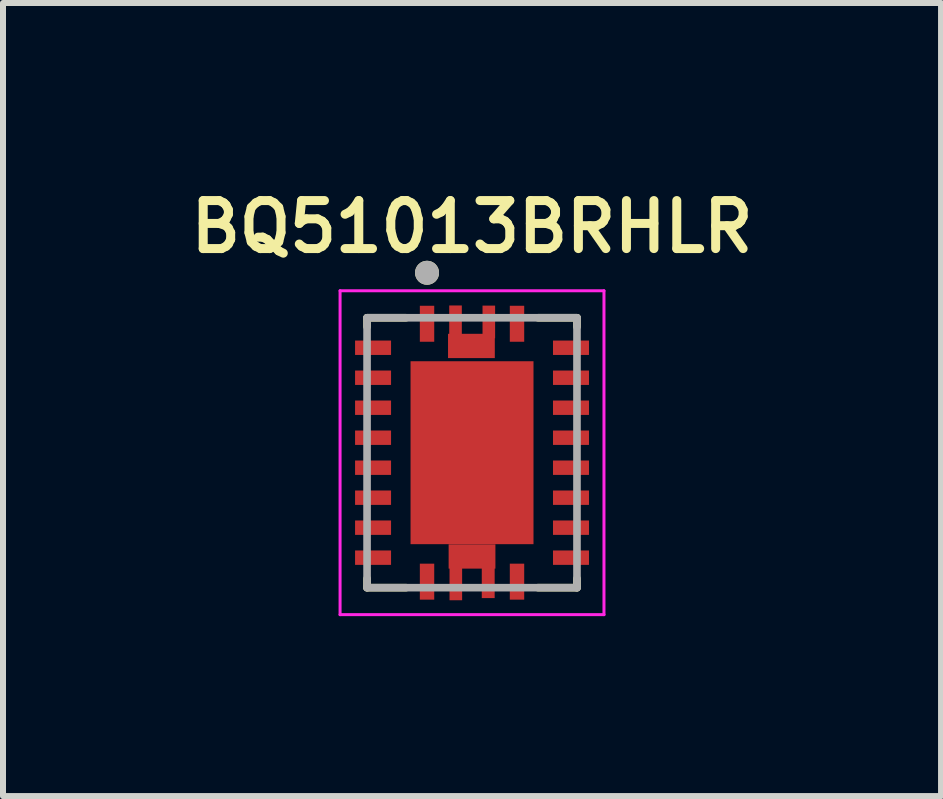
<source format=kicad_pcb>
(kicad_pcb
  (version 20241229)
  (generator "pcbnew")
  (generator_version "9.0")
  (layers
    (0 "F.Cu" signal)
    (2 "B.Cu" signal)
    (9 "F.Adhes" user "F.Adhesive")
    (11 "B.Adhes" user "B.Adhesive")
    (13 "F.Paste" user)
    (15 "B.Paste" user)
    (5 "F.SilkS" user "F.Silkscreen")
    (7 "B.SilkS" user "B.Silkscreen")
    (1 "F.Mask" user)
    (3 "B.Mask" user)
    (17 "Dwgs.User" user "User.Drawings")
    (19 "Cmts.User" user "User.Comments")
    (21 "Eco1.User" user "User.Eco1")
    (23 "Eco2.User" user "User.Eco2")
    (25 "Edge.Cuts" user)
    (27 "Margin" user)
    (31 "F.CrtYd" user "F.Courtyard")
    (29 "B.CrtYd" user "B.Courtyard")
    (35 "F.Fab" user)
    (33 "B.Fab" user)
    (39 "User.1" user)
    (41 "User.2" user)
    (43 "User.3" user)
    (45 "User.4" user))
  (footprint "BQ51013BRHLR"
    (layer "F.Cu")
    (at 4.82 4.498)
    (property "Reference" "BQ51013BRHLR" (at 0 -3.766 0) (layer "F.SilkS") (effects (font (size 0.801 0.801) (thickness 0.15))))
    (attr through_hole)
    (fp_poly (pts (xy -0.477 -1.627) (xy -0.477 -2.4) (xy -0.477 -2.408) (xy -0.476 -2.416) (xy -0.475 -2.424) (xy -0.474 -2.432) (xy -0.472 -2.439) (xy -0.47 -2.447) (xy -0.467 -2.454) (xy -0.464 -2.462) (xy -0.46 -2.469) (xy -0.457 -2.476) (xy -0.452 -2.483) (xy -0.448 -2.489) (xy -0.443 -2.496) (xy -0.438 -2.502) (xy -0.432 -2.507) (xy -0.427 -2.513) (xy -0.421 -2.518) (xy -0.414 -2.523) (xy -0.408 -2.527) (xy -0.401 -2.532) (xy -0.394 -2.535) (xy -0.387 -2.539) (xy -0.379 -2.542) (xy -0.372 -2.545) (xy -0.364 -2.547) (xy -0.357 -2.549) (xy -0.349 -2.55) (xy -0.341 -2.551) (xy -0.333 -2.552) (xy -0.325 -2.552) (xy -0.225 -2.552) (xy -0.217 -2.552) (xy -0.209 -2.551) (xy -0.201 -2.55) (xy -0.193 -2.549) (xy -0.186 -2.547) (xy -0.178 -2.545) (xy -0.171 -2.542) (xy -0.163 -2.539) (xy -0.156 -2.535) (xy -0.149 -2.532) (xy -0.142 -2.527) (xy -0.136 -2.523) (xy -0.129 -2.518) (xy -0.123 -2.513) (xy -0.118 -2.507) (xy -0.112 -2.502) (xy -0.107 -2.496) (xy -0.102 -2.489) (xy -0.098 -2.483) (xy -0.093 -2.476) (xy -0.09 -2.469) (xy -0.086 -2.462) (xy -0.083 -2.454) (xy -0.08 -2.447) (xy -0.078 -2.439) (xy -0.076 -2.432) (xy -0.075 -2.424) (xy -0.074 -2.416) (xy -0.073 -2.408) (xy -0.073 -2.4) (xy -0.073 -2.027) (xy 0.072 -2.027) (xy 0.073 -2.027) (xy 0.073 -2.402) (xy 0.073 -2.41) (xy 0.074 -2.418) (xy 0.075 -2.425) (xy 0.076 -2.433) (xy 0.078 -2.441) (xy 0.08 -2.448) (xy 0.083 -2.456) (xy 0.086 -2.463) (xy 0.089 -2.47) (xy 0.093 -2.477) (xy 0.097 -2.484) (xy 0.102 -2.49) (xy 0.106 -2.496) (xy 0.112 -2.502) (xy 0.117 -2.508) (xy 0.123 -2.513) (xy 0.129 -2.519) (xy 0.135 -2.523) (xy 0.141 -2.528) (xy 0.148 -2.532) (xy 0.155 -2.536) (xy 0.162 -2.539) (xy 0.169 -2.542) (xy 0.177 -2.545) (xy 0.184 -2.547) (xy 0.192 -2.549) (xy 0.2 -2.55) (xy 0.207 -2.551) (xy 0.215 -2.552) (xy 0.223 -2.552) (xy 0.326 -2.552) (xy 0.334 -2.552) (xy 0.342 -2.551) (xy 0.35 -2.55) (xy 0.357 -2.549) (xy 0.365 -2.547) (xy 0.373 -2.545) (xy 0.38 -2.542) (xy 0.387 -2.539) (xy 0.395 -2.536) (xy 0.402 -2.532) (xy 0.408 -2.528) (xy 0.415 -2.523) (xy 0.421 -2.518) (xy 0.427 -2.513) (xy 0.433 -2.508) (xy 0.438 -2.502) (xy 0.443 -2.496) (xy 0.448 -2.49) (xy 0.453 -2.483) (xy 0.457 -2.477) (xy 0.461 -2.47) (xy 0.464 -2.462) (xy 0.467 -2.455) (xy 0.47 -2.448) (xy 0.472 -2.44) (xy 0.474 -2.432) (xy 0.475 -2.425) (xy 0.476 -2.417) (xy 0.477 -2.409) (xy 0.477 -2.401) (xy 0.477 -1.627) (xy 0.975 -1.627) (xy 0.983 -1.627) (xy 0.991 -1.626) (xy 0.999 -1.625) (xy 1.007 -1.624) (xy 1.014 -1.622) (xy 1.022 -1.62) (xy 1.029 -1.617) (xy 1.037 -1.614) (xy 1.044 -1.61) (xy 1.051 -1.607) (xy 1.058 -1.602) (xy 1.064 -1.598) (xy 1.071 -1.593) (xy 1.077 -1.588) (xy 1.082 -1.582) (xy 1.088 -1.577) (xy 1.093 -1.571) (xy 1.098 -1.564) (xy 1.102 -1.558) (xy 1.107 -1.551) (xy 1.11 -1.544) (xy 1.114 -1.537) (xy 1.117 -1.529) (xy 1.12 -1.522) (xy 1.122 -1.514) (xy 1.124 -1.507) (xy 1.125 -1.499) (xy 1.126 -1.491) (xy 1.127 -1.483) (xy 1.127 -1.475) (xy 1.127 1.476) (xy 1.127 1.484) (xy 1.126 1.492) (xy 1.125 1.499) (xy 1.124 1.507) (xy 1.122 1.515) (xy 1.12 1.522) (xy 1.117 1.53) (xy 1.114 1.537) (xy 1.111 1.544) (xy 1.107 1.551) (xy 1.103 1.558) (xy 1.098 1.564) (xy 1.094 1.57) (xy 1.088 1.576) (xy 1.083 1.582) (xy 1.077 1.587) (xy 1.071 1.593) (xy 1.065 1.597) (xy 1.059 1.602) (xy 1.052 1.606) (xy 1.045 1.61) (xy 1.038 1.613) (xy 1.031 1.616) (xy 1.023 1.619) (xy 1.016 1.621) (xy 1.008 1.623) (xy 1 1.624) (xy 0.993 1.625) (xy 0.985 1.626) (xy 0.977 1.626) (xy 0.478 1.626) (xy 0.478 1.626) (xy 0.478 1.626) (xy 0.478 1.626) (xy 0.478 1.626) (xy 0.478 1.626) (xy 0.478 1.626) (xy 0.478 1.626) (xy 0.478 1.626) (xy 0.478 1.626) (xy 0.477 1.626) (xy 0.477 1.626) (xy 0.477 1.626) (xy 0.477 1.626) (xy 0.477 1.626) (xy 0.477 1.626) (xy 0.477 1.626) (xy 0.477 1.626) (xy 0.477 1.626) (xy 0.477 1.626) (xy 0.477 1.627) (xy 0.477 1.627) (xy 0.477 1.627) (xy 0.477 1.627) (xy 0.477 1.627) (xy 0.477 1.627) (xy 0.477 1.627) (xy 0.477 1.627) (xy 0.477 1.627) (xy 0.477 1.627) (xy 0.477 1.627) (xy 0.477 2.401) (xy 0.477 2.409) (xy 0.476 2.417) (xy 0.475 2.424) (xy 0.474 2.432) (xy 0.472 2.44) (xy 0.47 2.447) (xy 0.467 2.455) (xy 0.464 2.462) (xy 0.461 2.469) (xy 0.457 2.476) (xy 0.453 2.483) (xy 0.448 2.489) (xy 0.444 2.495) (xy 0.438 2.501) (xy 0.433 2.507) (xy 0.427 2.512) (xy 0.421 2.518) (xy 0.415 2.522) (xy 0.409 2.527) (xy 0.402 2.531) (xy 0.395 2.535) (xy 0.388 2.538) (xy 0.381 2.541) (xy 0.373 2.544) (xy 0.366 2.546) (xy 0.358 2.548) (xy 0.35 2.549) (xy 0.343 2.55) (xy 0.335 2.551) (xy 0.327 2.551) (xy 0.222 2.551) (xy 0.214 2.551) (xy 0.206 2.55) (xy 0.199 2.549) (xy 0.191 2.548) (xy 0.183 2.546) (xy 0.176 2.544) (xy 0.169 2.541) (xy 0.161 2.538) (xy 0.154 2.535) (xy 0.147 2.531) (xy 0.141 2.527) (xy 0.134 2.523) (xy 0.128 2.518) (xy 0.122 2.513) (xy 0.117 2.507) (xy 0.111 2.502) (xy 0.106 2.496) (xy 0.101 2.49) (xy 0.097 2.483) (xy 0.093 2.477) (xy 0.089 2.47) (xy 0.086 2.463) (xy 0.083 2.455) (xy 0.08 2.448) (xy 0.078 2.441) (xy 0.076 2.433) (xy 0.075 2.425) (xy 0.074 2.418) (xy 0.073 2.41) (xy 0.073 2.402) (xy 0.073 2.027) (xy -0.072 2.027) (xy -0.072 2.027) (xy -0.072 2.027) (xy -0.072 2.027) (xy -0.072 2.027) (xy -0.072 2.027) (xy -0.072 2.027) (xy -0.072 2.027) (xy -0.072 2.027) (xy -0.072 2.027) (xy -0.072 2.027) (xy -0.073 2.027) (xy -0.073 2.027) (xy -0.073 2.027) (xy -0.073 2.027) (xy -0.073 2.027) (xy -0.073 2.027) (xy -0.073 2.027) (xy -0.073 2.027) (xy -0.073 2.027) (xy -0.073 2.027) (xy -0.073 2.028) (xy -0.073 2.028) (xy -0.073 2.028) (xy -0.073 2.028) (xy -0.073 2.028) (xy -0.073 2.028) (xy -0.073 2.028) (xy -0.073 2.028) (xy -0.073 2.028) (xy -0.073 2.028) (xy -0.073 2.401) (xy -0.073 2.409) (xy -0.074 2.417) (xy -0.075 2.424) (xy -0.076 2.432) (xy -0.078 2.44) (xy -0.08 2.447) (xy -0.083 2.455) (xy -0.086 2.462) (xy -0.089 2.469) (xy -0.093 2.476) (xy -0.097 2.483) (xy -0.102 2.489) (xy -0.106 2.495) (xy -0.112 2.501) (xy -0.117 2.507) (xy -0.123 2.512) (xy -0.129 2.518) (xy -0.135 2.522) (xy -0.141 2.527) (xy -0.148 2.531) (xy -0.155 2.535) (xy -0.162 2.538) (xy -0.169 2.541) (xy -0.177 2.544) (xy -0.184 2.546) (xy -0.192 2.548) (xy -0.2 2.549) (xy -0.207 2.55) (xy -0.215 2.551) (xy -0.223 2.551) (xy -0.329 2.551) (xy -0.337 2.551) (xy -0.344 2.55) (xy -0.352 2.549) (xy -0.36 2.548) (xy -0.367 2.546) (xy -0.375 2.544) (xy -0.382 2.541) (xy -0.389 2.538) (xy -0.396 2.535) (xy -0.403 2.531) (xy -0.41 2.527) (xy -0.416 2.523) (xy -0.422 2.518) (xy -0.428 2.513) (xy -0.434 2.508) (xy -0.439 2.502) (xy -0.444 2.496) (xy -0.449 2.49) (xy -0.453 2.484) (xy -0.457 2.477) (xy -0.461 2.47) (xy -0.464 2.463) (xy -0.467 2.456) (xy -0.47 2.449) (xy -0.472 2.441) (xy -0.474 2.434) (xy -0.475 2.426) (xy -0.476 2.418) (xy -0.477 2.411) (xy -0.477 2.403) (xy -0.477 1.627) (xy -0.975 1.627) (xy -0.983 1.627) (xy -0.991 1.626) (xy -0.999 1.625) (xy -1.007 1.624) (xy -1.014 1.622) (xy -1.022 1.62) (xy -1.029 1.617) (xy -1.037 1.614) (xy -1.044 1.61) (xy -1.051 1.607) (xy -1.058 1.602) (xy -1.064 1.598) (xy -1.071 1.593) (xy -1.077 1.588) (xy -1.082 1.582) (xy -1.088 1.577) (xy -1.093 1.571) (xy -1.098 1.564) (xy -1.102 1.558) (xy -1.107 1.551) (xy -1.11 1.544) (xy -1.114 1.537) (xy -1.117 1.529) (xy -1.12 1.522) (xy -1.122 1.514) (xy -1.124 1.507) (xy -1.125 1.499) (xy -1.126 1.491) (xy -1.127 1.483) (xy -1.127 1.475) (xy -1.127 -1.474) (xy -1.127 -1.482) (xy -1.126 -1.49) (xy -1.125 -1.498) (xy -1.124 -1.506) (xy -1.122 -1.513) (xy -1.12 -1.521) (xy -1.117 -1.528) (xy -1.114 -1.536) (xy -1.11 -1.543) (xy -1.107 -1.55) (xy -1.102 -1.557) (xy -1.098 -1.563) (xy -1.093 -1.57) (xy -1.088 -1.576) (xy -1.082 -1.581) (xy -1.077 -1.587) (xy -1.071 -1.592) (xy -1.064 -1.597) (xy -1.058 -1.601) (xy -1.051 -1.606) (xy -1.044 -1.609) (xy -1.037 -1.613) (xy -1.029 -1.616) (xy -1.022 -1.619) (xy -1.014 -1.621) (xy -1.007 -1.623) (xy -0.999 -1.624) (xy -0.991 -1.625) (xy -0.983 -1.626) (xy -0.975 -1.626) (xy -0.478 -1.626) (xy -0.478 -1.626) (xy -0.478 -1.626) (xy -0.478 -1.626) (xy -0.478 -1.626) (xy -0.478 -1.626) (xy -0.478 -1.626) (xy -0.478 -1.626) (xy -0.478 -1.626) (xy -0.478 -1.626) (xy -0.477 -1.626) (xy -0.477 -1.626) (xy -0.477 -1.626) (xy -0.477 -1.626) (xy -0.477 -1.626) (xy -0.477 -1.626) (xy -0.477 -1.626) (xy -0.477 -1.626) (xy -0.477 -1.626) (xy -0.477 -1.626) (xy -0.477 -1.627) (xy -0.477 -1.627) (xy -0.477 -1.627) (xy -0.477 -1.627) (xy -0.477 -1.627) (xy -0.477 -1.627) (xy -0.477 -1.627) (xy -0.477 -1.627) (xy -0.477 -1.627) (xy -0.477 -1.627) (xy -0.477 -1.627)) (stroke (width 0.01) (type solid)) (fill yes) (layer "F.Mask"))
    (fp_line (start -1.75 -2.25) (end -1.1 -2.25) (stroke (width 0.127) (type solid)) (layer "F.SilkS"))
    (fp_line (start -1.75 -2.1) (end -1.75 -2.25) (stroke (width 0.127) (type solid)) (layer "F.SilkS"))
    (fp_line (start -1.75 2.1) (end -1.75 2.25) (stroke (width 0.127) (type solid)) (layer "F.SilkS"))
    (fp_line (start -1.75 2.25) (end -1.1 2.25) (stroke (width 0.127) (type solid)) (layer "F.SilkS"))
    (fp_line (start 1.1 -2.25) (end 1.75 -2.25) (stroke (width 0.127) (type solid)) (layer "F.SilkS"))
    (fp_line (start 1.1 2.25) (end 1.75 2.25) (stroke (width 0.127) (type solid)) (layer "F.SilkS"))
    (fp_line (start 1.75 -2.25) (end 1.75 -2.1) (stroke (width 0.127) (type solid)) (layer "F.SilkS"))
    (fp_line (start 1.75 2.25) (end 1.75 2.1) (stroke (width 0.127) (type solid)) (layer "F.SilkS"))
    (fp_circle (center -0.75 -3) (end -0.65 -3) (stroke (width 0.2) (type solid)) (fill no) (layer "F.SilkS"))
    (fp_poly (pts (xy -1.02 -0.625) (xy -0.1 -0.625) (xy -0.1 -1.475) (xy -1.02 -1.475)) (stroke (width 0.01) (type solid)) (fill yes) (layer "F.Paste"))
    (fp_poly (pts (xy -1.02 0.425) (xy -0.1 0.425) (xy -0.1 -0.425) (xy -1.02 -0.425)) (stroke (width 0.01) (type solid)) (fill yes) (layer "F.Paste"))
    (fp_poly (pts (xy -1.02 1.475) (xy -0.1 1.475) (xy -0.1 0.625) (xy -1.02 0.625)) (stroke (width 0.01) (type solid)) (fill yes) (layer "F.Paste"))
    (fp_poly (pts (xy 0.1 -0.625) (xy 1.02 -0.625) (xy 1.02 -1.475) (xy 0.1 -1.475)) (stroke (width 0.01) (type solid)) (fill yes) (layer "F.Paste"))
    (fp_poly (pts (xy 0.1 0.425) (xy 1.02 0.425) (xy 1.02 -0.425) (xy 0.1 -0.425)) (stroke (width 0.01) (type solid)) (fill yes) (layer "F.Paste"))
    (fp_poly (pts (xy 0.1 1.475) (xy 1.02 1.475) (xy 1.02 0.625) (xy 0.1 0.625)) (stroke (width 0.01) (type solid)) (fill yes) (layer "F.Paste"))
    (fp_poly (pts (xy -0.375 -1.675) (xy -0.375 -2.4) (xy -0.375 -2.403) (xy -0.375 -2.405) (xy -0.374 -2.408) (xy -0.374 -2.41) (xy -0.373 -2.413) (xy -0.373 -2.415) (xy -0.372 -2.418) (xy -0.371 -2.42) (xy -0.37 -2.423) (xy -0.368 -2.425) (xy -0.367 -2.427) (xy -0.365 -2.429) (xy -0.364 -2.431) (xy -0.362 -2.433) (xy -0.36 -2.435) (xy -0.358 -2.437) (xy -0.356 -2.439) (xy -0.354 -2.44) (xy -0.352 -2.442) (xy -0.35 -2.443) (xy -0.348 -2.445) (xy -0.345 -2.446) (xy -0.343 -2.447) (xy -0.34 -2.448) (xy -0.338 -2.448) (xy -0.335 -2.449) (xy -0.333 -2.449) (xy -0.33 -2.45) (xy -0.328 -2.45) (xy -0.325 -2.45) (xy -0.225 -2.45) (xy -0.222 -2.45) (xy -0.22 -2.45) (xy -0.217 -2.449) (xy -0.215 -2.449) (xy -0.212 -2.448) (xy -0.21 -2.448) (xy -0.207 -2.447) (xy -0.205 -2.446) (xy -0.202 -2.445) (xy -0.2 -2.443) (xy -0.198 -2.442) (xy -0.196 -2.44) (xy -0.194 -2.439) (xy -0.192 -2.437) (xy -0.19 -2.435) (xy -0.188 -2.433) (xy -0.186 -2.431) (xy -0.185 -2.429) (xy -0.183 -2.427) (xy -0.182 -2.425) (xy -0.18 -2.423) (xy -0.179 -2.42) (xy -0.178 -2.418) (xy -0.177 -2.415) (xy -0.177 -2.413) (xy -0.176 -2.41) (xy -0.176 -2.408) (xy -0.175 -2.405) (xy -0.175 -2.403) (xy -0.175 -2.4) (xy -0.175 -1.925) (xy 0.175 -1.925) (xy 0.175 -2.4) (xy 0.175 -2.403) (xy 0.175 -2.405) (xy 0.176 -2.408) (xy 0.176 -2.41) (xy 0.177 -2.413) (xy 0.177 -2.415) (xy 0.178 -2.418) (xy 0.179 -2.42) (xy 0.18 -2.423) (xy 0.182 -2.425) (xy 0.183 -2.427) (xy 0.185 -2.429) (xy 0.186 -2.431) (xy 0.188 -2.433) (xy 0.19 -2.435) (xy 0.192 -2.437) (xy 0.194 -2.439) (xy 0.196 -2.44) (xy 0.198 -2.442) (xy 0.2 -2.443) (xy 0.202 -2.445) (xy 0.205 -2.446) (xy 0.207 -2.447) (xy 0.21 -2.448) (xy 0.212 -2.448) (xy 0.215 -2.449) (xy 0.217 -2.449) (xy 0.22 -2.45) (xy 0.222 -2.45) (xy 0.225 -2.45) (xy 0.325 -2.45) (xy 0.328 -2.45) (xy 0.33 -2.45) (xy 0.333 -2.449) (xy 0.335 -2.449) (xy 0.338 -2.448) (xy 0.34 -2.448) (xy 0.343 -2.447) (xy 0.345 -2.446) (xy 0.348 -2.445) (xy 0.35 -2.443) (xy 0.352 -2.442) (xy 0.354 -2.44) (xy 0.356 -2.439) (xy 0.358 -2.437) (xy 0.36 -2.435) (xy 0.362 -2.433) (xy 0.364 -2.431) (xy 0.365 -2.429) (xy 0.367 -2.427) (xy 0.368 -2.425) (xy 0.37 -2.423) (xy 0.371 -2.42) (xy 0.372 -2.418) (xy 0.373 -2.415) (xy 0.373 -2.413) (xy 0.374 -2.41) (xy 0.374 -2.408) (xy 0.375 -2.405) (xy 0.375 -2.403) (xy 0.375 -2.4) (xy 0.375 -1.675) (xy -0.375 -1.675)) (stroke (width 0.01) (type solid)) (fill yes) (layer "F.Paste"))
    (fp_poly (pts (xy 0.375 1.675) (xy 0.375 2.4) (xy 0.375 2.403) (xy 0.375 2.405) (xy 0.374 2.408) (xy 0.374 2.41) (xy 0.373 2.413) (xy 0.373 2.415) (xy 0.372 2.418) (xy 0.371 2.42) (xy 0.37 2.423) (xy 0.368 2.425) (xy 0.367 2.427) (xy 0.365 2.429) (xy 0.364 2.431) (xy 0.362 2.433) (xy 0.36 2.435) (xy 0.358 2.437) (xy 0.356 2.439) (xy 0.354 2.44) (xy 0.352 2.442) (xy 0.35 2.443) (xy 0.348 2.445) (xy 0.345 2.446) (xy 0.343 2.447) (xy 0.34 2.448) (xy 0.338 2.448) (xy 0.335 2.449) (xy 0.333 2.449) (xy 0.33 2.45) (xy 0.328 2.45) (xy 0.325 2.45) (xy 0.225 2.45) (xy 0.222 2.45) (xy 0.22 2.45) (xy 0.217 2.449) (xy 0.215 2.449) (xy 0.212 2.448) (xy 0.21 2.448) (xy 0.207 2.447) (xy 0.205 2.446) (xy 0.202 2.445) (xy 0.2 2.443) (xy 0.198 2.442) (xy 0.196 2.44) (xy 0.194 2.439) (xy 0.192 2.437) (xy 0.19 2.435) (xy 0.188 2.433) (xy 0.186 2.431) (xy 0.185 2.429) (xy 0.183 2.427) (xy 0.182 2.425) (xy 0.18 2.423) (xy 0.179 2.42) (xy 0.178 2.418) (xy 0.177 2.415) (xy 0.177 2.413) (xy 0.176 2.41) (xy 0.176 2.408) (xy 0.175 2.405) (xy 0.175 2.403) (xy 0.175 2.4) (xy 0.175 1.925) (xy -0.175 1.925) (xy -0.175 2.4) (xy -0.175 2.403) (xy -0.175 2.405) (xy -0.176 2.408) (xy -0.176 2.41) (xy -0.177 2.413) (xy -0.177 2.415) (xy -0.178 2.418) (xy -0.179 2.42) (xy -0.18 2.423) (xy -0.182 2.425) (xy -0.183 2.427) (xy -0.185 2.429) (xy -0.186 2.431) (xy -0.188 2.433) (xy -0.19 2.435) (xy -0.192 2.437) (xy -0.194 2.439) (xy -0.196 2.44) (xy -0.198 2.442) (xy -0.2 2.443) (xy -0.202 2.445) (xy -0.205 2.446) (xy -0.207 2.447) (xy -0.21 2.448) (xy -0.212 2.448) (xy -0.215 2.449) (xy -0.217 2.449) (xy -0.22 2.45) (xy -0.222 2.45) (xy -0.225 2.45) (xy -0.325 2.45) (xy -0.328 2.45) (xy -0.33 2.45) (xy -0.333 2.449) (xy -0.335 2.449) (xy -0.338 2.448) (xy -0.34 2.448) (xy -0.343 2.447) (xy -0.345 2.446) (xy -0.348 2.445) (xy -0.35 2.443) (xy -0.352 2.442) (xy -0.354 2.44) (xy -0.356 2.439) (xy -0.358 2.437) (xy -0.36 2.435) (xy -0.362 2.433) (xy -0.364 2.431) (xy -0.365 2.429) (xy -0.367 2.427) (xy -0.368 2.425) (xy -0.37 2.423) (xy -0.371 2.42) (xy -0.372 2.418) (xy -0.373 2.415) (xy -0.373 2.413) (xy -0.374 2.41) (xy -0.374 2.408) (xy -0.375 2.405) (xy -0.375 2.403) (xy -0.375 2.4) (xy -0.375 1.675) (xy 0.375 1.675)) (stroke (width 0.01) (type solid)) (fill yes) (layer "F.Paste"))
    (fp_line (start -2.2 -2.7) (end -2.2 2.7) (stroke (width 0.05) (type solid)) (layer "F.CrtYd"))
    (fp_line (start -2.2 2.7) (end 2.2 2.7) (stroke (width 0.05) (type solid)) (layer "F.CrtYd"))
    (fp_line (start 2.2 -2.7) (end -2.2 -2.7) (stroke (width 0.05) (type solid)) (layer "F.CrtYd"))
    (fp_line (start 2.2 2.7) (end 2.2 -2.7) (stroke (width 0.05) (type solid)) (layer "F.CrtYd"))
    (fp_line (start -1.75 -2.25) (end 1.75 -2.25) (stroke (width 0.127) (type solid)) (layer "F.Fab"))
    (fp_line (start -1.75 2.25) (end -1.75 -2.25) (stroke (width 0.127) (type solid)) (layer "F.Fab"))
    (fp_line (start 1.75 -2.25) (end 1.75 2.25) (stroke (width 0.127) (type solid)) (layer "F.Fab"))
    (fp_line (start 1.75 2.25) (end -1.75 2.25) (stroke (width 0.127) (type solid)) (layer "F.Fab"))
    (fp_circle (center -0.75 -3) (end -0.65 -3) (stroke (width 0.2) (type solid)) (fill no) (layer "F.Fab"))
    (pad "1" smd rect (at -0.75 -2.15) (size 0.24 0.6) (layers "F.Cu" "F.Mask" "F.Paste"))
    (pad "2" smd rect (at -1.65 -1.75) (size 0.6 0.24) (layers "F.Cu" "F.Mask" "F.Paste"))
    (pad "3" smd rect (at -1.65 -1.25) (size 0.6 0.24) (layers "F.Cu" "F.Mask" "F.Paste"))
    (pad "4" smd rect (at -1.65 -0.75) (size 0.6 0.24) (layers "F.Cu" "F.Mask" "F.Paste"))
    (pad "5" smd rect (at -1.65 -0.25) (size 0.6 0.24) (layers "F.Cu" "F.Mask" "F.Paste"))
    (pad "6" smd rect (at -1.65 0.25) (size 0.6 0.24) (layers "F.Cu" "F.Mask" "F.Paste"))
    (pad "7" smd rect (at -1.65 0.75) (size 0.6 0.24) (layers "F.Cu" "F.Mask" "F.Paste"))
    (pad "8" smd rect (at -1.65 1.25) (size 0.6 0.24) (layers "F.Cu" "F.Mask" "F.Paste"))
    (pad "9" smd rect (at -1.65 1.75) (size 0.6 0.24) (layers "F.Cu" "F.Mask" "F.Paste"))
    (pad "10" smd rect (at -0.75 2.15) (size 0.24 0.6) (layers "F.Cu" "F.Mask" "F.Paste"))
    (pad "11" smd rect (at 0.75 2.15) (size 0.24 0.6) (layers "F.Cu" "F.Mask" "F.Paste"))
    (pad "12" smd rect (at 1.65 1.75) (size 0.6 0.24) (layers "F.Cu" "F.Mask" "F.Paste"))
    (pad "13" smd rect (at 1.65 1.25) (size 0.6 0.24) (layers "F.Cu" "F.Mask" "F.Paste"))
    (pad "14" smd rect (at 1.65 0.75) (size 0.6 0.24) (layers "F.Cu" "F.Mask" "F.Paste"))
    (pad "15" smd rect (at 1.65 0.25) (size 0.6 0.24) (layers "F.Cu" "F.Mask" "F.Paste"))
    (pad "16" smd rect (at 1.65 -0.25) (size 0.6 0.24) (layers "F.Cu" "F.Mask" "F.Paste"))
    (pad "17" smd rect (at 1.65 -0.75) (size 0.6 0.24) (layers "F.Cu" "F.Mask" "F.Paste"))
    (pad "18" smd rect (at 1.65 -1.25) (size 0.6 0.24) (layers "F.Cu" "F.Mask" "F.Paste"))
    (pad "19" smd rect (at 1.65 -1.75) (size 0.6 0.24) (layers "F.Cu" "F.Mask" "F.Paste"))
    (pad "20" smd rect (at 0.75 -2.15) (size 0.24 0.6) (layers "F.Cu" "F.Mask" "F.Paste"))
    (pad "21" smd rect (at -0.275 -2.18) (size 0.21 0.55) (layers "F.Cu" "F.Mask"))
    (pad "21" smd rect (at -0.27 2.185) (size 0.21 0.55) (layers "F.Cu" "F.Mask"))
    (pad "21" smd rect (at -0.01 -1.78) (size 0.78 0.405) (layers "F.Cu" "F.Mask"))
    (pad "21" smd rect (at 0 0) (size 2.05 3.05) (layers "F.Cu" "F.Mask"))
    (pad "21" smd rect (at 0 1.73) (size 0.78 0.405) (layers "F.Cu" "F.Mask"))
    (pad "21" smd rect (at 0.27 2.149) (size 0.215 0.55) (layers "F.Cu" "F.Mask"))
    (pad "21" smd rect (at 0.28 -2.18) (size 0.21 0.545) (layers "F.Cu" "F.Mask")))
  (gr_rect
    (start -3 -3)
    (end 12.64 10.223)
    (stroke (width 0.1) (type default))
    (fill no)
    (layer "Edge.Cuts")))
</source>
